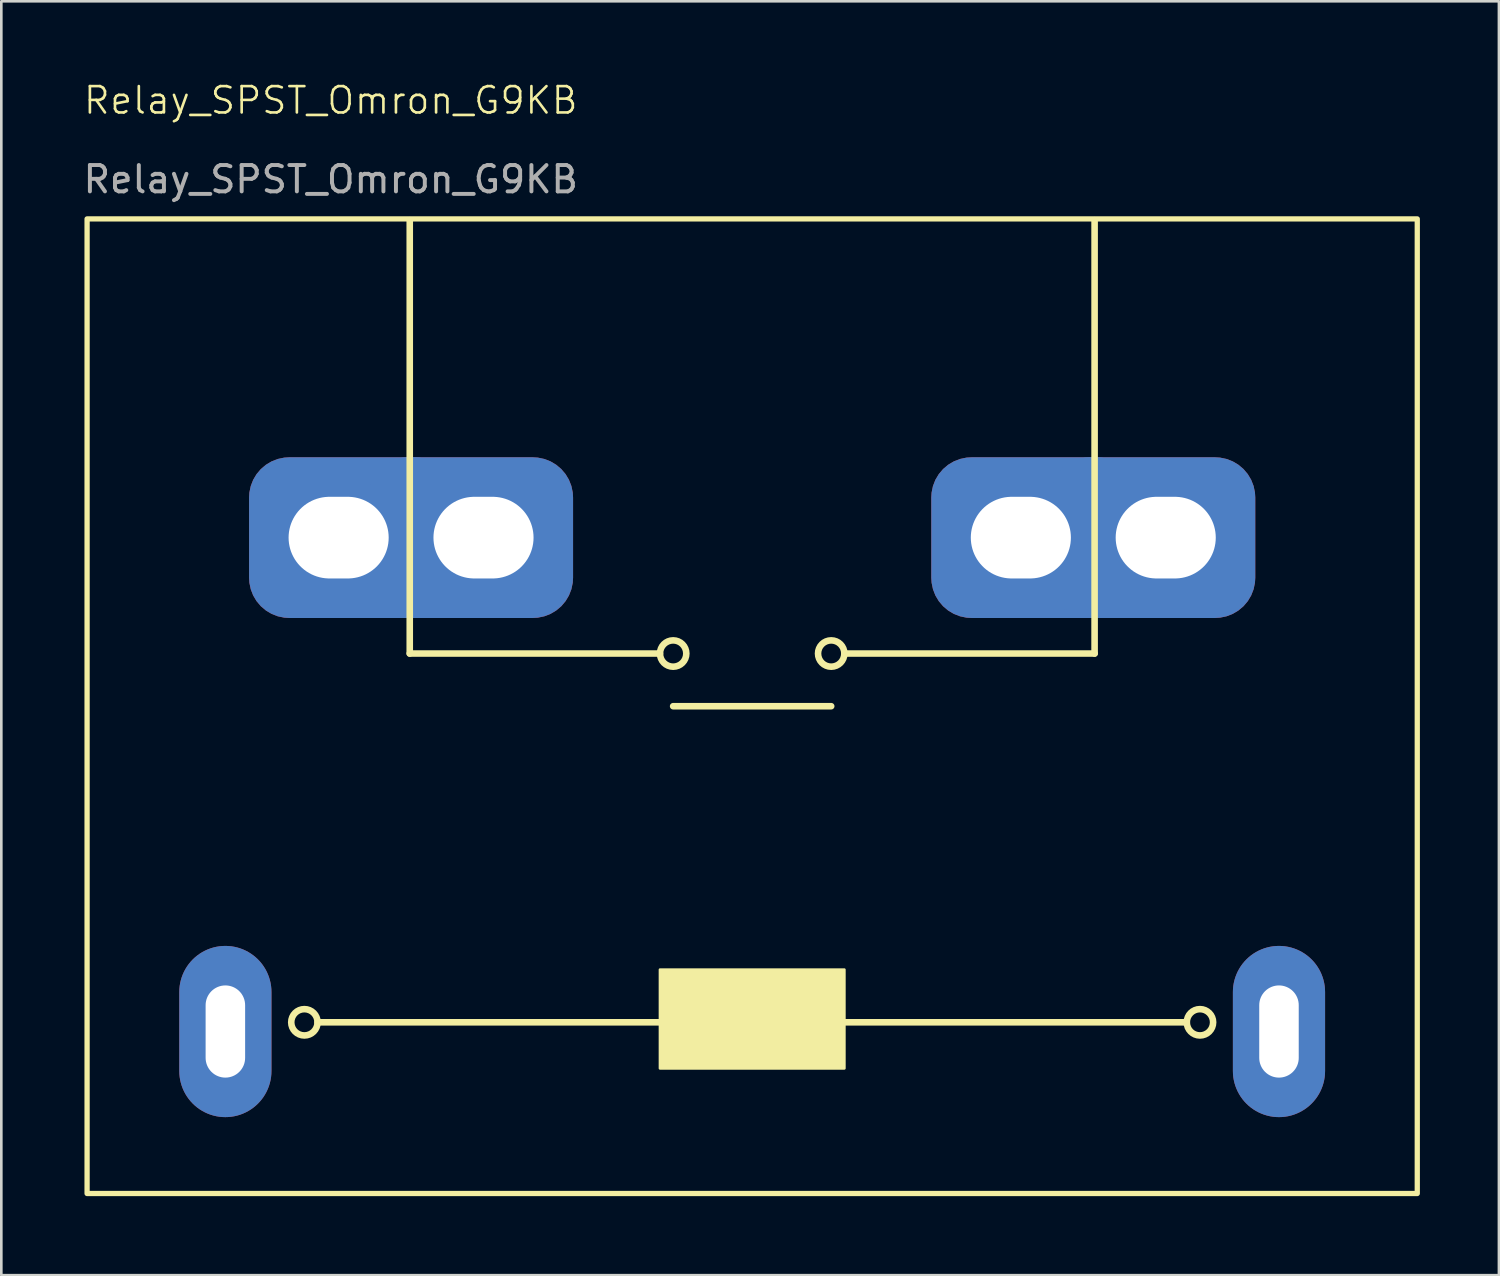
<source format=kicad_pcb>
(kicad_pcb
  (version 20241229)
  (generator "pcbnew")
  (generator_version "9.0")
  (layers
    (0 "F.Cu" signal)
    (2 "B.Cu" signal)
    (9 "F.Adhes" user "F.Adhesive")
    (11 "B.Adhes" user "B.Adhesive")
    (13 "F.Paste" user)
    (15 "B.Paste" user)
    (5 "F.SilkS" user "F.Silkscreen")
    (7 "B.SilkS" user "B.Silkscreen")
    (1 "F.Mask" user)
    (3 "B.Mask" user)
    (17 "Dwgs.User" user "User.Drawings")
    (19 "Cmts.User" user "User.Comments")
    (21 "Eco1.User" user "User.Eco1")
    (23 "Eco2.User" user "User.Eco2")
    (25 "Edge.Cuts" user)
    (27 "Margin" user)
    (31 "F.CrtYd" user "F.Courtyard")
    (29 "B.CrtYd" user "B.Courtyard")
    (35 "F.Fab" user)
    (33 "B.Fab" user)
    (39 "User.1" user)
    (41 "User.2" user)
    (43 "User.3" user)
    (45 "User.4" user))
  (footprint "Relay_SPST_Omron_G9KB"
    (layer "F.Cu")
    (at 25.506 23.761)
    (property "Reference" "Relay_SPST_Omron_G9KB" (at -16 -23 0) (unlocked yes) (layer "F.SilkS") (effects (font (size 1 1) (thickness 0.1))))
    (attr through_hole)
    (fp_line (start -16.5 12) (end 16.5 12) (stroke (width 0.25) (type default)) (layer "F.SilkS"))
    (fp_line (start -13 -18.45) (end -13 -2) (stroke (width 0.25) (type default)) (layer "F.SilkS"))
    (fp_line (start -13 -2) (end -3.5 -2) (stroke (width 0.25) (type default)) (layer "F.SilkS"))
    (fp_line (start -3 0) (end 3 0) (stroke (width 0.25) (type default)) (layer "F.SilkS"))
    (fp_line (start 13 -18.45) (end 13 -2) (stroke (width 0.25) (type default)) (layer "F.SilkS"))
    (fp_line (start 13 -2) (end 3.5 -2) (stroke (width 0.25) (type default)) (layer "F.SilkS"))
    (fp_rect (start -25.25 -18.5) (end 25.25 18.5) (stroke (width 0.2) (type default)) (fill no) (layer "F.SilkS"))
    (fp_rect (start -3.5 10) (end 3.5 13.75) (stroke (width 0.1) (type solid)) (fill yes) (layer "F.SilkS"))
    (fp_circle (center -17 12) (end -16.5 12) (stroke (width 0.25) (type default)) (fill no) (layer "F.SilkS"))
    (fp_circle (center -3 -2) (end -2.5 -2) (stroke (width 0.25) (type default)) (fill no) (layer "F.SilkS"))
    (fp_circle (center 3 -2) (end 3.5 -2) (stroke (width 0.25) (type default)) (fill no) (layer "F.SilkS"))
    (fp_circle (center 17 12) (end 17.5 12) (stroke (width 0.25) (type default)) (fill no) (layer "F.SilkS"))
    (fp_text user "${REFERENCE}" (at -16 -20 0) (unlocked yes) (layer "F.Fab") (effects (font (size 1 1) (thickness 0.15))))
    (pad "1" thru_hole oval (at -20 12.35) (size 3.5 6.5) (drill oval 1.5 3.5) (layers "*.Cu" "*.Mask"))
    (pad "2" thru_hole oval (at 20 12.35) (size 3.5 6.5) (drill oval 1.5 3.5) (layers "*.Cu" "*.Mask"))
    (pad "3" thru_hole roundrect (at -15.7 -6.4) (size 7.8 6.1) (drill oval 3.8 3.1 (offset 0.5 0)) (layers "*.Cu" "*.Mask") (roundrect_rratio 0.25))
    (pad "3" thru_hole roundrect (at -10.2 -6.4) (size 7.8 6.1) (drill oval 3.8 3.1 (offset -0.5 0)) (layers "*.Cu" "*.Mask") (roundrect_rratio 0.25))
    (pad "4" thru_hole roundrect (at 10.2 -6.4) (size 7.8 6.1) (drill oval 3.8 3.1 (offset 0.5 0)) (layers "*.Cu" "*.Mask") (roundrect_rratio 0.25))
    (pad "4" thru_hole roundrect (at 15.7 -6.4) (size 7.8 6.1) (drill oval 3.8 3.1 (offset -0.5 0)) (layers "*.Cu" "*.Mask") (roundrect_rratio 0.25)))
  (gr_rect
    (start -3 -3)
    (end 53.856 45.361)
    (stroke (width 0.1) (type default))
    (fill no)
    (layer "Edge.Cuts")))
</source>
